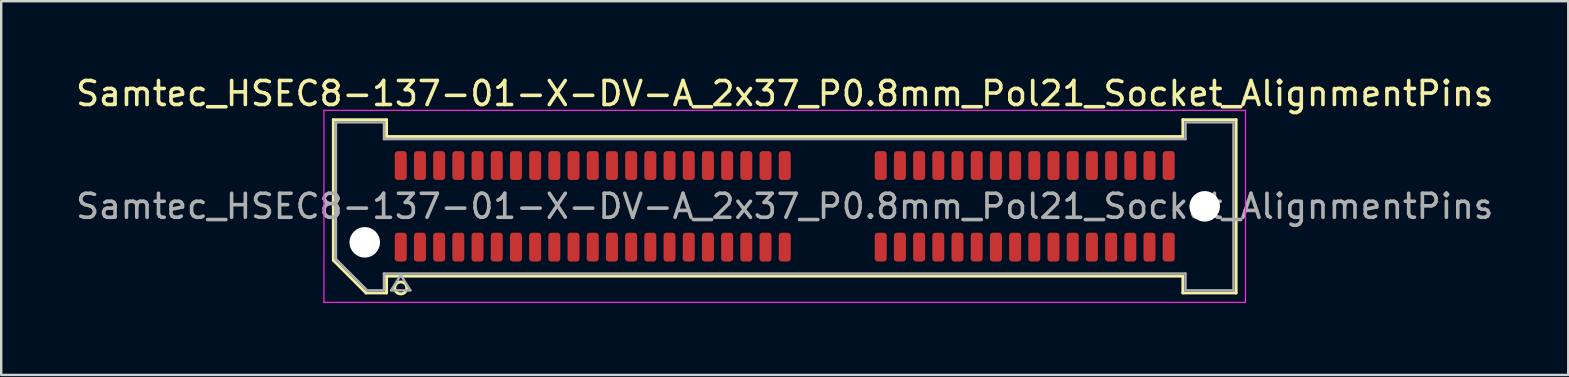
<source format=kicad_pcb>
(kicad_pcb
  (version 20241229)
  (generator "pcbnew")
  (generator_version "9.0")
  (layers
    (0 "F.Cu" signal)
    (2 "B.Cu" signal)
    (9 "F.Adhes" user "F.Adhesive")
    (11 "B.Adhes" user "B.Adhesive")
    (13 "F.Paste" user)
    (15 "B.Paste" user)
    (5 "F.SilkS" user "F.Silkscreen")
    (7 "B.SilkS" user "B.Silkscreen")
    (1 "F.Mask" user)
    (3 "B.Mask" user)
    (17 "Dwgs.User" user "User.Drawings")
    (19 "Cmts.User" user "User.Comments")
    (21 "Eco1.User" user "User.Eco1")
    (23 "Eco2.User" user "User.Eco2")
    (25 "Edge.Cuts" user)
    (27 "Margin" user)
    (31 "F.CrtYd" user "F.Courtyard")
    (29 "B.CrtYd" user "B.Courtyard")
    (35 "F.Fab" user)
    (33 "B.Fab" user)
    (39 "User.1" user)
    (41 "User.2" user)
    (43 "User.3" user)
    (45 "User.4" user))
  (footprint "Samtec_HSEC8-137-01-X-DV-A_2x37_P0.8mm_Pol21_Socket_AlignmentPins"
    (layer "F.Cu")
    (at 29.649 5.548)
    (property "Reference" "Samtec_HSEC8-137-01-X-DV-A_2x37_P0.8mm_Pol21_Socket_AlignmentPins" (at 0 -4.7 0) (layer "F.SilkS") (effects (font (size 1 1) (thickness 0.15))))
    (attr smd)
    (fp_line (start -18.81 -3.61) (end -16.59 -3.61) (stroke (width 0.12) (type solid)) (layer "F.SilkS"))
    (fp_line (start -18.81 2.246) (end -18.81 -3.61) (stroke (width 0.12) (type solid)) (layer "F.SilkS"))
    (fp_line (start -17.446 3.61) (end -18.81 2.246) (stroke (width 0.12) (type solid)) (layer "F.SilkS"))
    (fp_line (start -16.59 -3.61) (end -16.59 -2.91) (stroke (width 0.12) (type solid)) (layer "F.SilkS"))
    (fp_line (start -16.59 -2.91) (end 16.59 -2.91) (stroke (width 0.12) (type solid)) (layer "F.SilkS"))
    (fp_line (start -16.59 2.91) (end -16.59 3.61) (stroke (width 0.12) (type solid)) (layer "F.SilkS"))
    (fp_line (start -16.59 3.61) (end -17.446 3.61) (stroke (width 0.12) (type solid)) (layer "F.SilkS"))
    (fp_line (start 16.59 -3.61) (end 18.81 -3.61) (stroke (width 0.12) (type solid)) (layer "F.SilkS"))
    (fp_line (start 16.59 -2.91) (end 16.59 -3.61) (stroke (width 0.12) (type solid)) (layer "F.SilkS"))
    (fp_line (start 16.59 2.91) (end -16.59 2.91) (stroke (width 0.12) (type solid)) (layer "F.SilkS"))
    (fp_line (start 16.59 3.61) (end 16.59 2.91) (stroke (width 0.12) (type solid)) (layer "F.SilkS"))
    (fp_line (start 18.81 -3.61) (end 18.81 3.61) (stroke (width 0.12) (type solid)) (layer "F.SilkS"))
    (fp_line (start 18.81 3.61) (end 16.59 3.61) (stroke (width 0.12) (type solid)) (layer "F.SilkS"))
    (fp_circle (center -16 3.4) (end -15.75 3.4) (stroke (width 0.12) (type solid)) (fill no) (layer "F.SilkS"))
    (fp_line (start -19.2 -4) (end -19.2 4) (stroke (width 0.05) (type solid)) (layer "F.CrtYd"))
    (fp_line (start -19.2 4) (end 19.2 4) (stroke (width 0.05) (type solid)) (layer "F.CrtYd"))
    (fp_line (start 19.2 -4) (end -19.2 -4) (stroke (width 0.05) (type solid)) (layer "F.CrtYd"))
    (fp_line (start 19.2 4) (end 19.2 -4) (stroke (width 0.05) (type solid)) (layer "F.CrtYd"))
    (fp_line (start -18.7 -3.5) (end -16.7 -3.5) (stroke (width 0.1) (type solid)) (layer "F.Fab"))
    (fp_line (start -18.7 2.2) (end -18.7 -3.5) (stroke (width 0.1) (type solid)) (layer "F.Fab"))
    (fp_line (start -17.4 3.5) (end -18.7 2.2) (stroke (width 0.1) (type solid)) (layer "F.Fab"))
    (fp_line (start -16.7 -3.5) (end -16.7 -2.8) (stroke (width 0.1) (type solid)) (layer "F.Fab"))
    (fp_line (start -16.7 -2.8) (end 16.7 -2.8) (stroke (width 0.1) (type solid)) (layer "F.Fab"))
    (fp_line (start -16.7 2.8) (end -16.7 3.5) (stroke (width 0.1) (type solid)) (layer "F.Fab"))
    (fp_line (start -16.7 3.5) (end -17.4 3.5) (stroke (width 0.1) (type solid)) (layer "F.Fab"))
    (fp_line (start -16.4 3.5) (end -16 2.86) (stroke (width 0.1) (type solid)) (layer "F.Fab"))
    (fp_line (start -16 2.86) (end -15.6 3.5) (stroke (width 0.1) (type solid)) (layer "F.Fab"))
    (fp_line (start -15.6 3.5) (end -16.4 3.5) (stroke (width 0.1) (type solid)) (layer "F.Fab"))
    (fp_line (start 16.7 -3.5) (end 18.7 -3.5) (stroke (width 0.1) (type solid)) (layer "F.Fab"))
    (fp_line (start 16.7 -2.8) (end 16.7 -3.5) (stroke (width 0.1) (type solid)) (layer "F.Fab"))
    (fp_line (start 16.7 2.8) (end -16.7 2.8) (stroke (width 0.1) (type solid)) (layer "F.Fab"))
    (fp_line (start 16.7 3.5) (end 16.7 2.8) (stroke (width 0.1) (type solid)) (layer "F.Fab"))
    (fp_line (start 18.7 -3.5) (end 18.7 3.5) (stroke (width 0.1) (type solid)) (layer "F.Fab"))
    (fp_line (start 18.7 3.5) (end 16.7 3.5) (stroke (width 0.1) (type solid)) (layer "F.Fab"))
    (fp_text user "${REFERENCE}" (at 0 0 0) (layer "F.Fab") (effects (font (size 1 1) (thickness 0.15))))
    (pad "" np_thru_hole circle (at -17.5 1.5) (size 1.27 1.27) (drill 1.27) (layers "*.Cu" "*.Mask"))
    (pad "" np_thru_hole circle (at 17.5 0) (size 1.27 1.27) (drill 1.27) (layers "*.Cu" "*.Mask"))
    (pad "1" smd roundrect (at -16 1.7) (size 0.5 1.2) (layers "F.Cu" "F.Mask" "F.Paste") (roundrect_rratio 0.25))
    (pad "2" smd roundrect (at -16 -1.7) (size 0.5 1.2) (layers "F.Cu" "F.Mask" "F.Paste") (roundrect_rratio 0.25))
    (pad "3" smd roundrect (at -15.2 1.7) (size 0.5 1.2) (layers "F.Cu" "F.Mask" "F.Paste") (roundrect_rratio 0.25))
    (pad "4" smd roundrect (at -15.2 -1.7) (size 0.5 1.2) (layers "F.Cu" "F.Mask" "F.Paste") (roundrect_rratio 0.25))
    (pad "5" smd roundrect (at -14.4 1.7) (size 0.5 1.2) (layers "F.Cu" "F.Mask" "F.Paste") (roundrect_rratio 0.25))
    (pad "6" smd roundrect (at -14.4 -1.7) (size 0.5 1.2) (layers "F.Cu" "F.Mask" "F.Paste") (roundrect_rratio 0.25))
    (pad "7" smd roundrect (at -13.6 1.7) (size 0.5 1.2) (layers "F.Cu" "F.Mask" "F.Paste") (roundrect_rratio 0.25))
    (pad "8" smd roundrect (at -13.6 -1.7) (size 0.5 1.2) (layers "F.Cu" "F.Mask" "F.Paste") (roundrect_rratio 0.25))
    (pad "9" smd roundrect (at -12.8 1.7) (size 0.5 1.2) (layers "F.Cu" "F.Mask" "F.Paste") (roundrect_rratio 0.25))
    (pad "10" smd roundrect (at -12.8 -1.7) (size 0.5 1.2) (layers "F.Cu" "F.Mask" "F.Paste") (roundrect_rratio 0.25))
    (pad "11" smd roundrect (at -12 1.7) (size 0.5 1.2) (layers "F.Cu" "F.Mask" "F.Paste") (roundrect_rratio 0.25))
    (pad "12" smd roundrect (at -12 -1.7) (size 0.5 1.2) (layers "F.Cu" "F.Mask" "F.Paste") (roundrect_rratio 0.25))
    (pad "13" smd roundrect (at -11.2 1.7) (size 0.5 1.2) (layers "F.Cu" "F.Mask" "F.Paste") (roundrect_rratio 0.25))
    (pad "14" smd roundrect (at -11.2 -1.7) (size 0.5 1.2) (layers "F.Cu" "F.Mask" "F.Paste") (roundrect_rratio 0.25))
    (pad "15" smd roundrect (at -10.4 1.7) (size 0.5 1.2) (layers "F.Cu" "F.Mask" "F.Paste") (roundrect_rratio 0.25))
    (pad "16" smd roundrect (at -10.4 -1.7) (size 0.5 1.2) (layers "F.Cu" "F.Mask" "F.Paste") (roundrect_rratio 0.25))
    (pad "17" smd roundrect (at -9.6 1.7) (size 0.5 1.2) (layers "F.Cu" "F.Mask" "F.Paste") (roundrect_rratio 0.25))
    (pad "18" smd roundrect (at -9.6 -1.7) (size 0.5 1.2) (layers "F.Cu" "F.Mask" "F.Paste") (roundrect_rratio 0.25))
    (pad "19" smd roundrect (at -8.8 1.7) (size 0.5 1.2) (layers "F.Cu" "F.Mask" "F.Paste") (roundrect_rratio 0.25))
    (pad "20" smd roundrect (at -8.8 -1.7) (size 0.5 1.2) (layers "F.Cu" "F.Mask" "F.Paste") (roundrect_rratio 0.25))
    (pad "21" smd roundrect (at -8 1.7) (size 0.5 1.2) (layers "F.Cu" "F.Mask" "F.Paste") (roundrect_rratio 0.25))
    (pad "22" smd roundrect (at -8 -1.7) (size 0.5 1.2) (layers "F.Cu" "F.Mask" "F.Paste") (roundrect_rratio 0.25))
    (pad "23" smd roundrect (at -7.2 1.7) (size 0.5 1.2) (layers "F.Cu" "F.Mask" "F.Paste") (roundrect_rratio 0.25))
    (pad "24" smd roundrect (at -7.2 -1.7) (size 0.5 1.2) (layers "F.Cu" "F.Mask" "F.Paste") (roundrect_rratio 0.25))
    (pad "25" smd roundrect (at -6.4 1.7) (size 0.5 1.2) (layers "F.Cu" "F.Mask" "F.Paste") (roundrect_rratio 0.25))
    (pad "26" smd roundrect (at -6.4 -1.7) (size 0.5 1.2) (layers "F.Cu" "F.Mask" "F.Paste") (roundrect_rratio 0.25))
    (pad "27" smd roundrect (at -5.6 1.7) (size 0.5 1.2) (layers "F.Cu" "F.Mask" "F.Paste") (roundrect_rratio 0.25))
    (pad "28" smd roundrect (at -5.6 -1.7) (size 0.5 1.2) (layers "F.Cu" "F.Mask" "F.Paste") (roundrect_rratio 0.25))
    (pad "29" smd roundrect (at -4.8 1.7) (size 0.5 1.2) (layers "F.Cu" "F.Mask" "F.Paste") (roundrect_rratio 0.25))
    (pad "30" smd roundrect (at -4.8 -1.7) (size 0.5 1.2) (layers "F.Cu" "F.Mask" "F.Paste") (roundrect_rratio 0.25))
    (pad "31" smd roundrect (at -4 1.7) (size 0.5 1.2) (layers "F.Cu" "F.Mask" "F.Paste") (roundrect_rratio 0.25))
    (pad "32" smd roundrect (at -4 -1.7) (size 0.5 1.2) (layers "F.Cu" "F.Mask" "F.Paste") (roundrect_rratio 0.25))
    (pad "33" smd roundrect (at -3.2 1.7) (size 0.5 1.2) (layers "F.Cu" "F.Mask" "F.Paste") (roundrect_rratio 0.25))
    (pad "34" smd roundrect (at -3.2 -1.7) (size 0.5 1.2) (layers "F.Cu" "F.Mask" "F.Paste") (roundrect_rratio 0.25))
    (pad "35" smd roundrect (at -2.4 1.7) (size 0.5 1.2) (layers "F.Cu" "F.Mask" "F.Paste") (roundrect_rratio 0.25))
    (pad "36" smd roundrect (at -2.4 -1.7) (size 0.5 1.2) (layers "F.Cu" "F.Mask" "F.Paste") (roundrect_rratio 0.25))
    (pad "37" smd roundrect (at -1.6 1.7) (size 0.5 1.2) (layers "F.Cu" "F.Mask" "F.Paste") (roundrect_rratio 0.25))
    (pad "38" smd roundrect (at -1.6 -1.7) (size 0.5 1.2) (layers "F.Cu" "F.Mask" "F.Paste") (roundrect_rratio 0.25))
    (pad "39" smd roundrect (at -0.8 1.7) (size 0.5 1.2) (layers "F.Cu" "F.Mask" "F.Paste") (roundrect_rratio 0.25))
    (pad "40" smd roundrect (at -0.8 -1.7) (size 0.5 1.2) (layers "F.Cu" "F.Mask" "F.Paste") (roundrect_rratio 0.25))
    (pad "41" smd roundrect (at 0 1.7) (size 0.5 1.2) (layers "F.Cu" "F.Mask" "F.Paste") (roundrect_rratio 0.25))
    (pad "42" smd roundrect (at 0 -1.7) (size 0.5 1.2) (layers "F.Cu" "F.Mask" "F.Paste") (roundrect_rratio 0.25))
    (pad "43" smd roundrect (at 4 1.7) (size 0.5 1.2) (layers "F.Cu" "F.Mask" "F.Paste") (roundrect_rratio 0.25))
    (pad "44" smd roundrect (at 4 -1.7) (size 0.5 1.2) (layers "F.Cu" "F.Mask" "F.Paste") (roundrect_rratio 0.25))
    (pad "45" smd roundrect (at 4.8 1.7) (size 0.5 1.2) (layers "F.Cu" "F.Mask" "F.Paste") (roundrect_rratio 0.25))
    (pad "46" smd roundrect (at 4.8 -1.7) (size 0.5 1.2) (layers "F.Cu" "F.Mask" "F.Paste") (roundrect_rratio 0.25))
    (pad "47" smd roundrect (at 5.6 1.7) (size 0.5 1.2) (layers "F.Cu" "F.Mask" "F.Paste") (roundrect_rratio 0.25))
    (pad "48" smd roundrect (at 5.6 -1.7) (size 0.5 1.2) (layers "F.Cu" "F.Mask" "F.Paste") (roundrect_rratio 0.25))
    (pad "49" smd roundrect (at 6.4 1.7) (size 0.5 1.2) (layers "F.Cu" "F.Mask" "F.Paste") (roundrect_rratio 0.25))
    (pad "50" smd roundrect (at 6.4 -1.7) (size 0.5 1.2) (layers "F.Cu" "F.Mask" "F.Paste") (roundrect_rratio 0.25))
    (pad "51" smd roundrect (at 7.2 1.7) (size 0.5 1.2) (layers "F.Cu" "F.Mask" "F.Paste") (roundrect_rratio 0.25))
    (pad "52" smd roundrect (at 7.2 -1.7) (size 0.5 1.2) (layers "F.Cu" "F.Mask" "F.Paste") (roundrect_rratio 0.25))
    (pad "53" smd roundrect (at 8 1.7) (size 0.5 1.2) (layers "F.Cu" "F.Mask" "F.Paste") (roundrect_rratio 0.25))
    (pad "54" smd roundrect (at 8 -1.7) (size 0.5 1.2) (layers "F.Cu" "F.Mask" "F.Paste") (roundrect_rratio 0.25))
    (pad "55" smd roundrect (at 8.8 1.7) (size 0.5 1.2) (layers "F.Cu" "F.Mask" "F.Paste") (roundrect_rratio 0.25))
    (pad "56" smd roundrect (at 8.8 -1.7) (size 0.5 1.2) (layers "F.Cu" "F.Mask" "F.Paste") (roundrect_rratio 0.25))
    (pad "57" smd roundrect (at 9.6 1.7) (size 0.5 1.2) (layers "F.Cu" "F.Mask" "F.Paste") (roundrect_rratio 0.25))
    (pad "58" smd roundrect (at 9.6 -1.7) (size 0.5 1.2) (layers "F.Cu" "F.Mask" "F.Paste") (roundrect_rratio 0.25))
    (pad "59" smd roundrect (at 10.4 1.7) (size 0.5 1.2) (layers "F.Cu" "F.Mask" "F.Paste") (roundrect_rratio 0.25))
    (pad "60" smd roundrect (at 10.4 -1.7) (size 0.5 1.2) (layers "F.Cu" "F.Mask" "F.Paste") (roundrect_rratio 0.25))
    (pad "61" smd roundrect (at 11.2 1.7) (size 0.5 1.2) (layers "F.Cu" "F.Mask" "F.Paste") (roundrect_rratio 0.25))
    (pad "62" smd roundrect (at 11.2 -1.7) (size 0.5 1.2) (layers "F.Cu" "F.Mask" "F.Paste") (roundrect_rratio 0.25))
    (pad "63" smd roundrect (at 12 1.7) (size 0.5 1.2) (layers "F.Cu" "F.Mask" "F.Paste") (roundrect_rratio 0.25))
    (pad "64" smd roundrect (at 12 -1.7) (size 0.5 1.2) (layers "F.Cu" "F.Mask" "F.Paste") (roundrect_rratio 0.25))
    (pad "65" smd roundrect (at 12.8 1.7) (size 0.5 1.2) (layers "F.Cu" "F.Mask" "F.Paste") (roundrect_rratio 0.25))
    (pad "66" smd roundrect (at 12.8 -1.7) (size 0.5 1.2) (layers "F.Cu" "F.Mask" "F.Paste") (roundrect_rratio 0.25))
    (pad "67" smd roundrect (at 13.6 1.7) (size 0.5 1.2) (layers "F.Cu" "F.Mask" "F.Paste") (roundrect_rratio 0.25))
    (pad "68" smd roundrect (at 13.6 -1.7) (size 0.5 1.2) (layers "F.Cu" "F.Mask" "F.Paste") (roundrect_rratio 0.25))
    (pad "69" smd roundrect (at 14.4 1.7) (size 0.5 1.2) (layers "F.Cu" "F.Mask" "F.Paste") (roundrect_rratio 0.25))
    (pad "70" smd roundrect (at 14.4 -1.7) (size 0.5 1.2) (layers "F.Cu" "F.Mask" "F.Paste") (roundrect_rratio 0.25))
    (pad "71" smd roundrect (at 15.2 1.7) (size 0.5 1.2) (layers "F.Cu" "F.Mask" "F.Paste") (roundrect_rratio 0.25))
    (pad "72" smd roundrect (at 15.2 -1.7) (size 0.5 1.2) (layers "F.Cu" "F.Mask" "F.Paste") (roundrect_rratio 0.25))
    (pad "73" smd roundrect (at 16 1.7) (size 0.5 1.2) (layers "F.Cu" "F.Mask" "F.Paste") (roundrect_rratio 0.25))
    (pad "74" smd roundrect (at 16 -1.7) (size 0.5 1.2) (layers "F.Cu" "F.Mask" "F.Paste") (roundrect_rratio 0.25)))
  (gr_rect
    (start -3 -3)
    (end 62.298 12.573)
    (stroke (width 0.1) (type default))
    (fill no)
    (layer "Edge.Cuts")))
</source>
